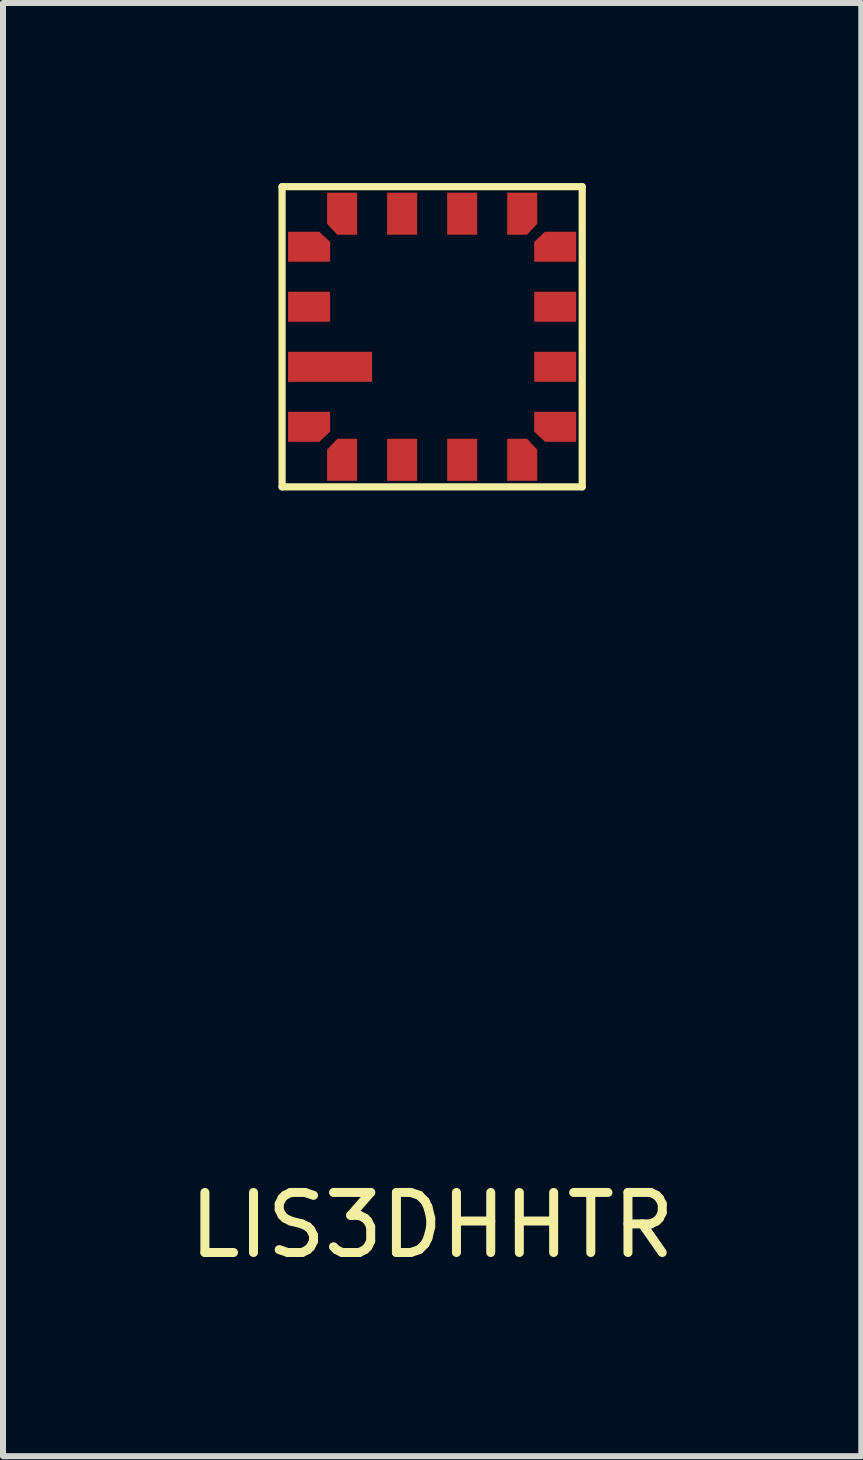
<source format=kicad_pcb>
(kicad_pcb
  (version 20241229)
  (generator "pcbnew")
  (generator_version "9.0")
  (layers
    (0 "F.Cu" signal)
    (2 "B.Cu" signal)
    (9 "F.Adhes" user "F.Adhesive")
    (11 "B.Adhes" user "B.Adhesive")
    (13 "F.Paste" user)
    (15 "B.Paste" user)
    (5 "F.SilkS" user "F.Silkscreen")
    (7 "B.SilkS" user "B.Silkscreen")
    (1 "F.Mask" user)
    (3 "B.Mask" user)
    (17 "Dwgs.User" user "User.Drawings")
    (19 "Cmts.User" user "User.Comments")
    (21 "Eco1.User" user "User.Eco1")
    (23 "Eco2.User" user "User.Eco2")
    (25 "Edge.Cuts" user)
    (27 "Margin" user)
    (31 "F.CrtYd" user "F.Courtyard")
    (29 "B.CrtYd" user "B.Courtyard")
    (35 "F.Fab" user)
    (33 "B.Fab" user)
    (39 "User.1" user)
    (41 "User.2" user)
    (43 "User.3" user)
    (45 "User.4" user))
  (footprint "LIS3DHHTR"
    (layer "F.Cu")
    (at 4.149 2.56)
    (property "Reference" "LIS3DHHTR" (at 0 14.8 0) (layer "F.SilkS") (effects (font (size 1 1) (thickness 0.15))))
    (attr through_hole)
    (fp_line (start -2.5 -2.5) (end 2.5 -2.5) (stroke (width 0.12) (type solid)) (layer "F.SilkS"))
    (fp_line (start -2.5 2.5) (end -2.5 -2.5) (stroke (width 0.12) (type solid)) (layer "F.SilkS"))
    (fp_line (start 2.5 -2.5) (end 2.5 2.5) (stroke (width 0.12) (type solid)) (layer "F.SilkS"))
    (fp_line (start 2.5 2.5) (end -2.5 2.5) (stroke (width 0.12) (type solid)) (layer "F.SilkS"))
    (pad "1" smd rect (at -1.7 0.5) (size 1.4 0.5) (layers "F.Cu" "F.Mask" "F.Paste"))
    (pad "2" smd custom (at -2.05 1.5) (size 0.3 0.3) (layers "F.Cu" "F.Mask" "F.Paste") (options (anchor rect)) (primitives (gr_poly (pts (xy -0.35 -0.25) (xy -0.35 0.25) (xy 0.17 0.25) (xy 0.35 0.08) (xy 0.35 -0.25)) (width 0) (fill yes))))
    (pad "3" smd custom (at -1.5 2.05 90) (size 0.3 0.3) (layers "F.Cu" "F.Mask" "F.Paste") (options (anchor rect)) (primitives (gr_poly (pts (xy -0.35 -0.25) (xy -0.35 0.25) (xy 0.35 0.25) (xy 0.35 -0.08) (xy 0.17 -0.25)) (width 0) (fill yes))))
    (pad "4" smd rect (at -0.5 2.05) (size 0.5 0.7) (layers "F.Cu" "F.Mask" "F.Paste"))
    (pad "5" smd rect (at 0.5 2.05) (size 0.5 0.7) (layers "F.Cu" "F.Mask" "F.Paste"))
    (pad "6" smd custom (at 1.5 2.05 90) (size 0.3 0.3) (layers "F.Cu" "F.Mask" "F.Paste") (options (anchor rect)) (primitives (gr_poly (pts (xy -0.35 -0.25) (xy -0.35 0.25) (xy 0.17 0.25) (xy 0.35 0.08) (xy 0.35 -0.25)) (width 0) (fill yes))))
    (pad "7" smd custom (at 2.05 1.5 180) (size 0.3 0.3) (layers "F.Cu" "F.Mask" "F.Paste") (options (anchor rect)) (primitives (gr_poly (pts (xy -0.35 -0.25) (xy -0.35 0.25) (xy 0.35 0.25) (xy 0.35 -0.08) (xy 0.17 -0.25)) (width 0) (fill yes))))
    (pad "8" smd rect (at 2.05 0.5) (size 0.7 0.5) (layers "F.Cu" "F.Mask" "F.Paste"))
    (pad "9" smd rect (at 2.05 -0.5) (size 0.7 0.5) (layers "F.Cu" "F.Mask" "F.Paste"))
    (pad "10" smd custom (at 2.05 -1.5 180) (size 0.3 0.3) (layers "F.Cu" "F.Mask" "F.Paste") (options (anchor rect)) (primitives (gr_poly (pts (xy -0.35 -0.25) (xy -0.35 0.25) (xy 0.17 0.25) (xy 0.35 0.08) (xy 0.35 -0.25)) (width 0) (fill yes))))
    (pad "11" smd custom (at 1.5 -2.05 270) (size 0.3 0.3) (layers "F.Cu" "F.Mask" "F.Paste") (options (anchor rect)) (primitives (gr_poly (pts (xy -0.35 -0.25) (xy -0.35 0.25) (xy 0.35 0.25) (xy 0.35 -0.08) (xy 0.17 -0.25)) (width 0) (fill yes))))
    (pad "12" smd rect (at 0.5 -2.05) (size 0.5 0.7) (layers "F.Cu" "F.Mask" "F.Paste"))
    (pad "13" smd rect (at -0.5 -2.05) (size 0.5 0.7) (layers "F.Cu" "F.Mask" "F.Paste"))
    (pad "14" smd custom (at -1.5 -2.05 270) (size 0.3 0.3) (layers "F.Cu" "F.Mask" "F.Paste") (options (anchor rect)) (primitives (gr_poly (pts (xy -0.35 -0.25) (xy -0.35 0.25) (xy 0.17 0.25) (xy 0.35 0.08) (xy 0.35 -0.25)) (width 0) (fill yes))))
    (pad "15" smd custom (at -2.05 -1.5) (size 0.3 0.3) (layers "F.Cu" "F.Mask" "F.Paste") (options (anchor rect)) (primitives (gr_poly (pts (xy -0.35 -0.25) (xy -0.35 0.25) (xy 0.35 0.25) (xy 0.35 -0.08) (xy 0.17 -0.25)) (width 0) (fill yes))))
    (pad "16" smd rect (at -2.05 -0.5) (size 0.7 0.5) (layers "F.Cu" "F.Mask" "F.Paste")))
  (gr_rect
    (start -3 -3)
    (end 11.298 21.208)
    (stroke (width 0.1) (type default))
    (fill no)
    (layer "Edge.Cuts")))
</source>
